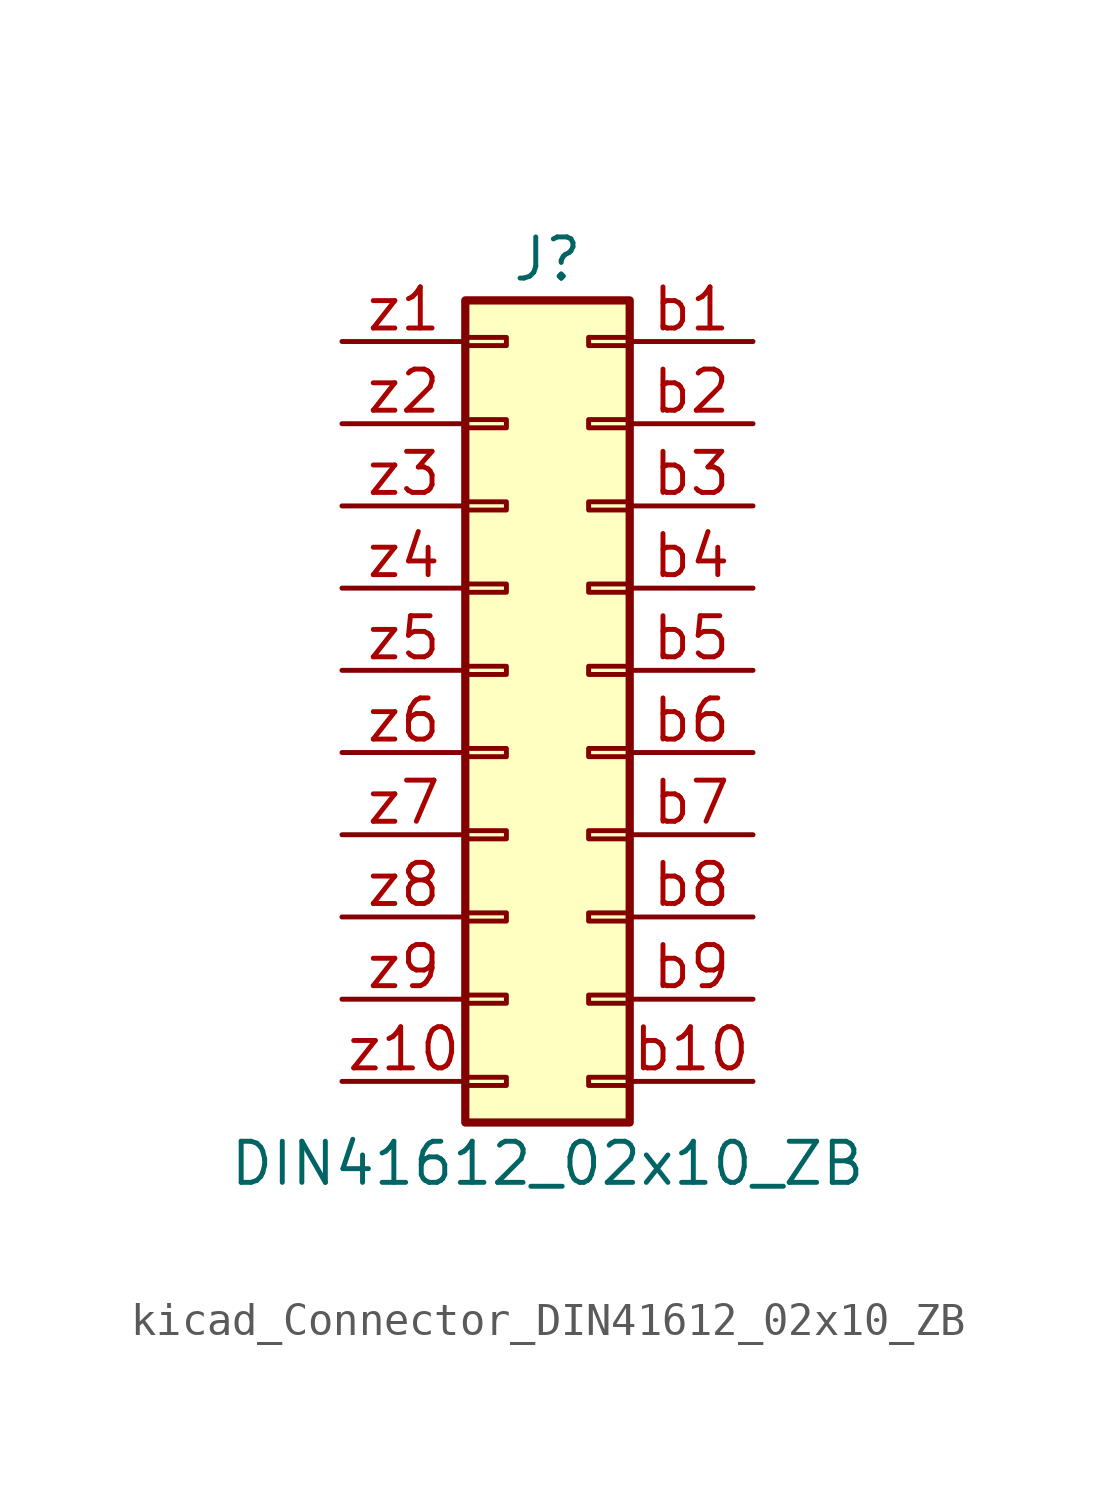
<source format=kicad_sym>
(kicad_symbol_lib
  (version 20220914)
  (generator kicad_symbol_editor)
  (symbol "kicad_Connector_DIN41612_02x10_ZB"
    (pin_names
      (offset 1.016) hide)
    (property "Reference" "J"
      (at 1.27 12.7 0)
      (effects (font (size 1.27 1.27))))
    (property "Value" "DIN41612_02x10_ZB"
      (at 1.27 -15.24 0)
      (effects (font (size 1.27 1.27))))
    (symbol "kicad_Connector_DIN41612_02x10_ZB_1_1"
      (rectangle (start -1.27 -12.573) (end 0 -12.827) (stroke (width 0.152) (type default)) (fill (type none)))
      (rectangle (start -1.27 -10.033) (end 0 -10.287) (stroke (width 0.152) (type default)) (fill (type none)))
      (rectangle (start -1.27 -7.493) (end 0 -7.747) (stroke (width 0.152) (type default)) (fill (type none)))
      (rectangle (start -1.27 -4.953) (end 0 -5.207) (stroke (width 0.152) (type default)) (fill (type none)))
      (rectangle (start -1.27 -2.413) (end 0 -2.667) (stroke (width 0.152) (type default)) (fill (type none)))
      (rectangle (start -1.27 0.127) (end 0 -0.127) (stroke (width 0.152) (type default)) (fill (type none)))
      (rectangle (start -1.27 2.667) (end 0 2.413) (stroke (width 0.152) (type default)) (fill (type none)))
      (rectangle (start -1.27 5.207) (end 0 4.953) (stroke (width 0.152) (type default)) (fill (type none)))
      (rectangle (start -1.27 7.747) (end 0 7.493) (stroke (width 0.152) (type default)) (fill (type none)))
      (rectangle (start -1.27 10.287) (end 0 10.033) (stroke (width 0.152) (type default)) (fill (type none)))
      (rectangle (start -1.27 11.43) (end 3.81 -13.97) (stroke (width 0.254) (type default)) (fill (type background)))
      (rectangle (start 3.81 -12.573) (end 2.54 -12.827) (stroke (width 0.152) (type default)) (fill (type none)))
      (rectangle (start 3.81 -10.033) (end 2.54 -10.287) (stroke (width 0.152) (type default)) (fill (type none)))
      (rectangle (start 3.81 -7.493) (end 2.54 -7.747) (stroke (width 0.152) (type default)) (fill (type none)))
      (rectangle (start 3.81 -4.953) (end 2.54 -5.207) (stroke (width 0.152) (type default)) (fill (type none)))
      (rectangle (start 3.81 -2.413) (end 2.54 -2.667) (stroke (width 0.152) (type default)) (fill (type none)))
      (rectangle (start 3.81 0.127) (end 2.54 -0.127) (stroke (width 0.152) (type default)) (fill (type none)))
      (rectangle (start 3.81 2.667) (end 2.54 2.413) (stroke (width 0.152) (type default)) (fill (type none)))
      (rectangle (start 3.81 5.207) (end 2.54 4.953) (stroke (width 0.152) (type default)) (fill (type none)))
      (rectangle (start 3.81 7.747) (end 2.54 7.493) (stroke (width 0.152) (type default)) (fill (type none)))
      (rectangle (start 3.81 10.287) (end 2.54 10.033) (stroke (width 0.152) (type default)) (fill (type none)))
      (pin passive line (at 7.62 10.16 180) (length 3.81) (name "Pin_b1" (effects (font (size 1.27 1.27)))) (number "b1" (effects (font (size 1.27 1.27)))))
      (pin passive line (at 7.62 -12.7 180) (length 3.81) (name "Pin_b10" (effects (font (size 1.27 1.27)))) (number "b10" (effects (font (size 1.27 1.27)))))
      (pin passive line (at 7.62 7.62 180) (length 3.81) (name "Pin_b2" (effects (font (size 1.27 1.27)))) (number "b2" (effects (font (size 1.27 1.27)))))
      (pin passive line (at 7.62 5.08 180) (length 3.81) (name "Pin_b3" (effects (font (size 1.27 1.27)))) (number "b3" (effects (font (size 1.27 1.27)))))
      (pin passive line (at 7.62 2.54 180) (length 3.81) (name "Pin_b4" (effects (font (size 1.27 1.27)))) (number "b4" (effects (font (size 1.27 1.27)))))
      (pin passive line (at 7.62 0 180) (length 3.81) (name "Pin_b5" (effects (font (size 1.27 1.27)))) (number "b5" (effects (font (size 1.27 1.27)))))
      (pin passive line (at 7.62 -2.54 180) (length 3.81) (name "Pin_b6" (effects (font (size 1.27 1.27)))) (number "b6" (effects (font (size 1.27 1.27)))))
      (pin passive line (at 7.62 -5.08 180) (length 3.81) (name "Pin_b7" (effects (font (size 1.27 1.27)))) (number "b7" (effects (font (size 1.27 1.27)))))
      (pin passive line (at 7.62 -7.62 180) (length 3.81) (name "Pin_b8" (effects (font (size 1.27 1.27)))) (number "b8" (effects (font (size 1.27 1.27)))))
      (pin passive line (at 7.62 -10.16 180) (length 3.81) (name "Pin_b9" (effects (font (size 1.27 1.27)))) (number "b9" (effects (font (size 1.27 1.27)))))
      (pin passive line (at -5.08 10.16 0) (length 3.81) (name "Pin_z1" (effects (font (size 1.27 1.27)))) (number "z1" (effects (font (size 1.27 1.27)))))
      (pin passive line (at -5.08 -12.7 0) (length 3.81) (name "Pin_z10" (effects (font (size 1.27 1.27)))) (number "z10" (effects (font (size 1.27 1.27)))))
      (pin passive line (at -5.08 7.62 0) (length 3.81) (name "Pin_z2" (effects (font (size 1.27 1.27)))) (number "z2" (effects (font (size 1.27 1.27)))))
      (pin passive line (at -5.08 5.08 0) (length 3.81) (name "Pin_z3" (effects (font (size 1.27 1.27)))) (number "z3" (effects (font (size 1.27 1.27)))))
      (pin passive line (at -5.08 2.54 0) (length 3.81) (name "Pin_z4" (effects (font (size 1.27 1.27)))) (number "z4" (effects (font (size 1.27 1.27)))))
      (pin passive line (at -5.08 0 0) (length 3.81) (name "Pin_z5" (effects (font (size 1.27 1.27)))) (number "z5" (effects (font (size 1.27 1.27)))))
      (pin passive line (at -5.08 -2.54 0) (length 3.81) (name "Pin_z6" (effects (font (size 1.27 1.27)))) (number "z6" (effects (font (size 1.27 1.27)))))
      (pin passive line (at -5.08 -5.08 0) (length 3.81) (name "Pin_z7" (effects (font (size 1.27 1.27)))) (number "z7" (effects (font (size 1.27 1.27)))))
      (pin passive line (at -5.08 -7.62 0) (length 3.81) (name "Pin_z8" (effects (font (size 1.27 1.27)))) (number "z8" (effects (font (size 1.27 1.27)))))
      (pin passive line (at -5.08 -10.16 0) (length 3.81) (name "Pin_z9" (effects (font (size 1.27 1.27)))) (number "z9" (effects (font (size 1.27 1.27))))))))
</source>
